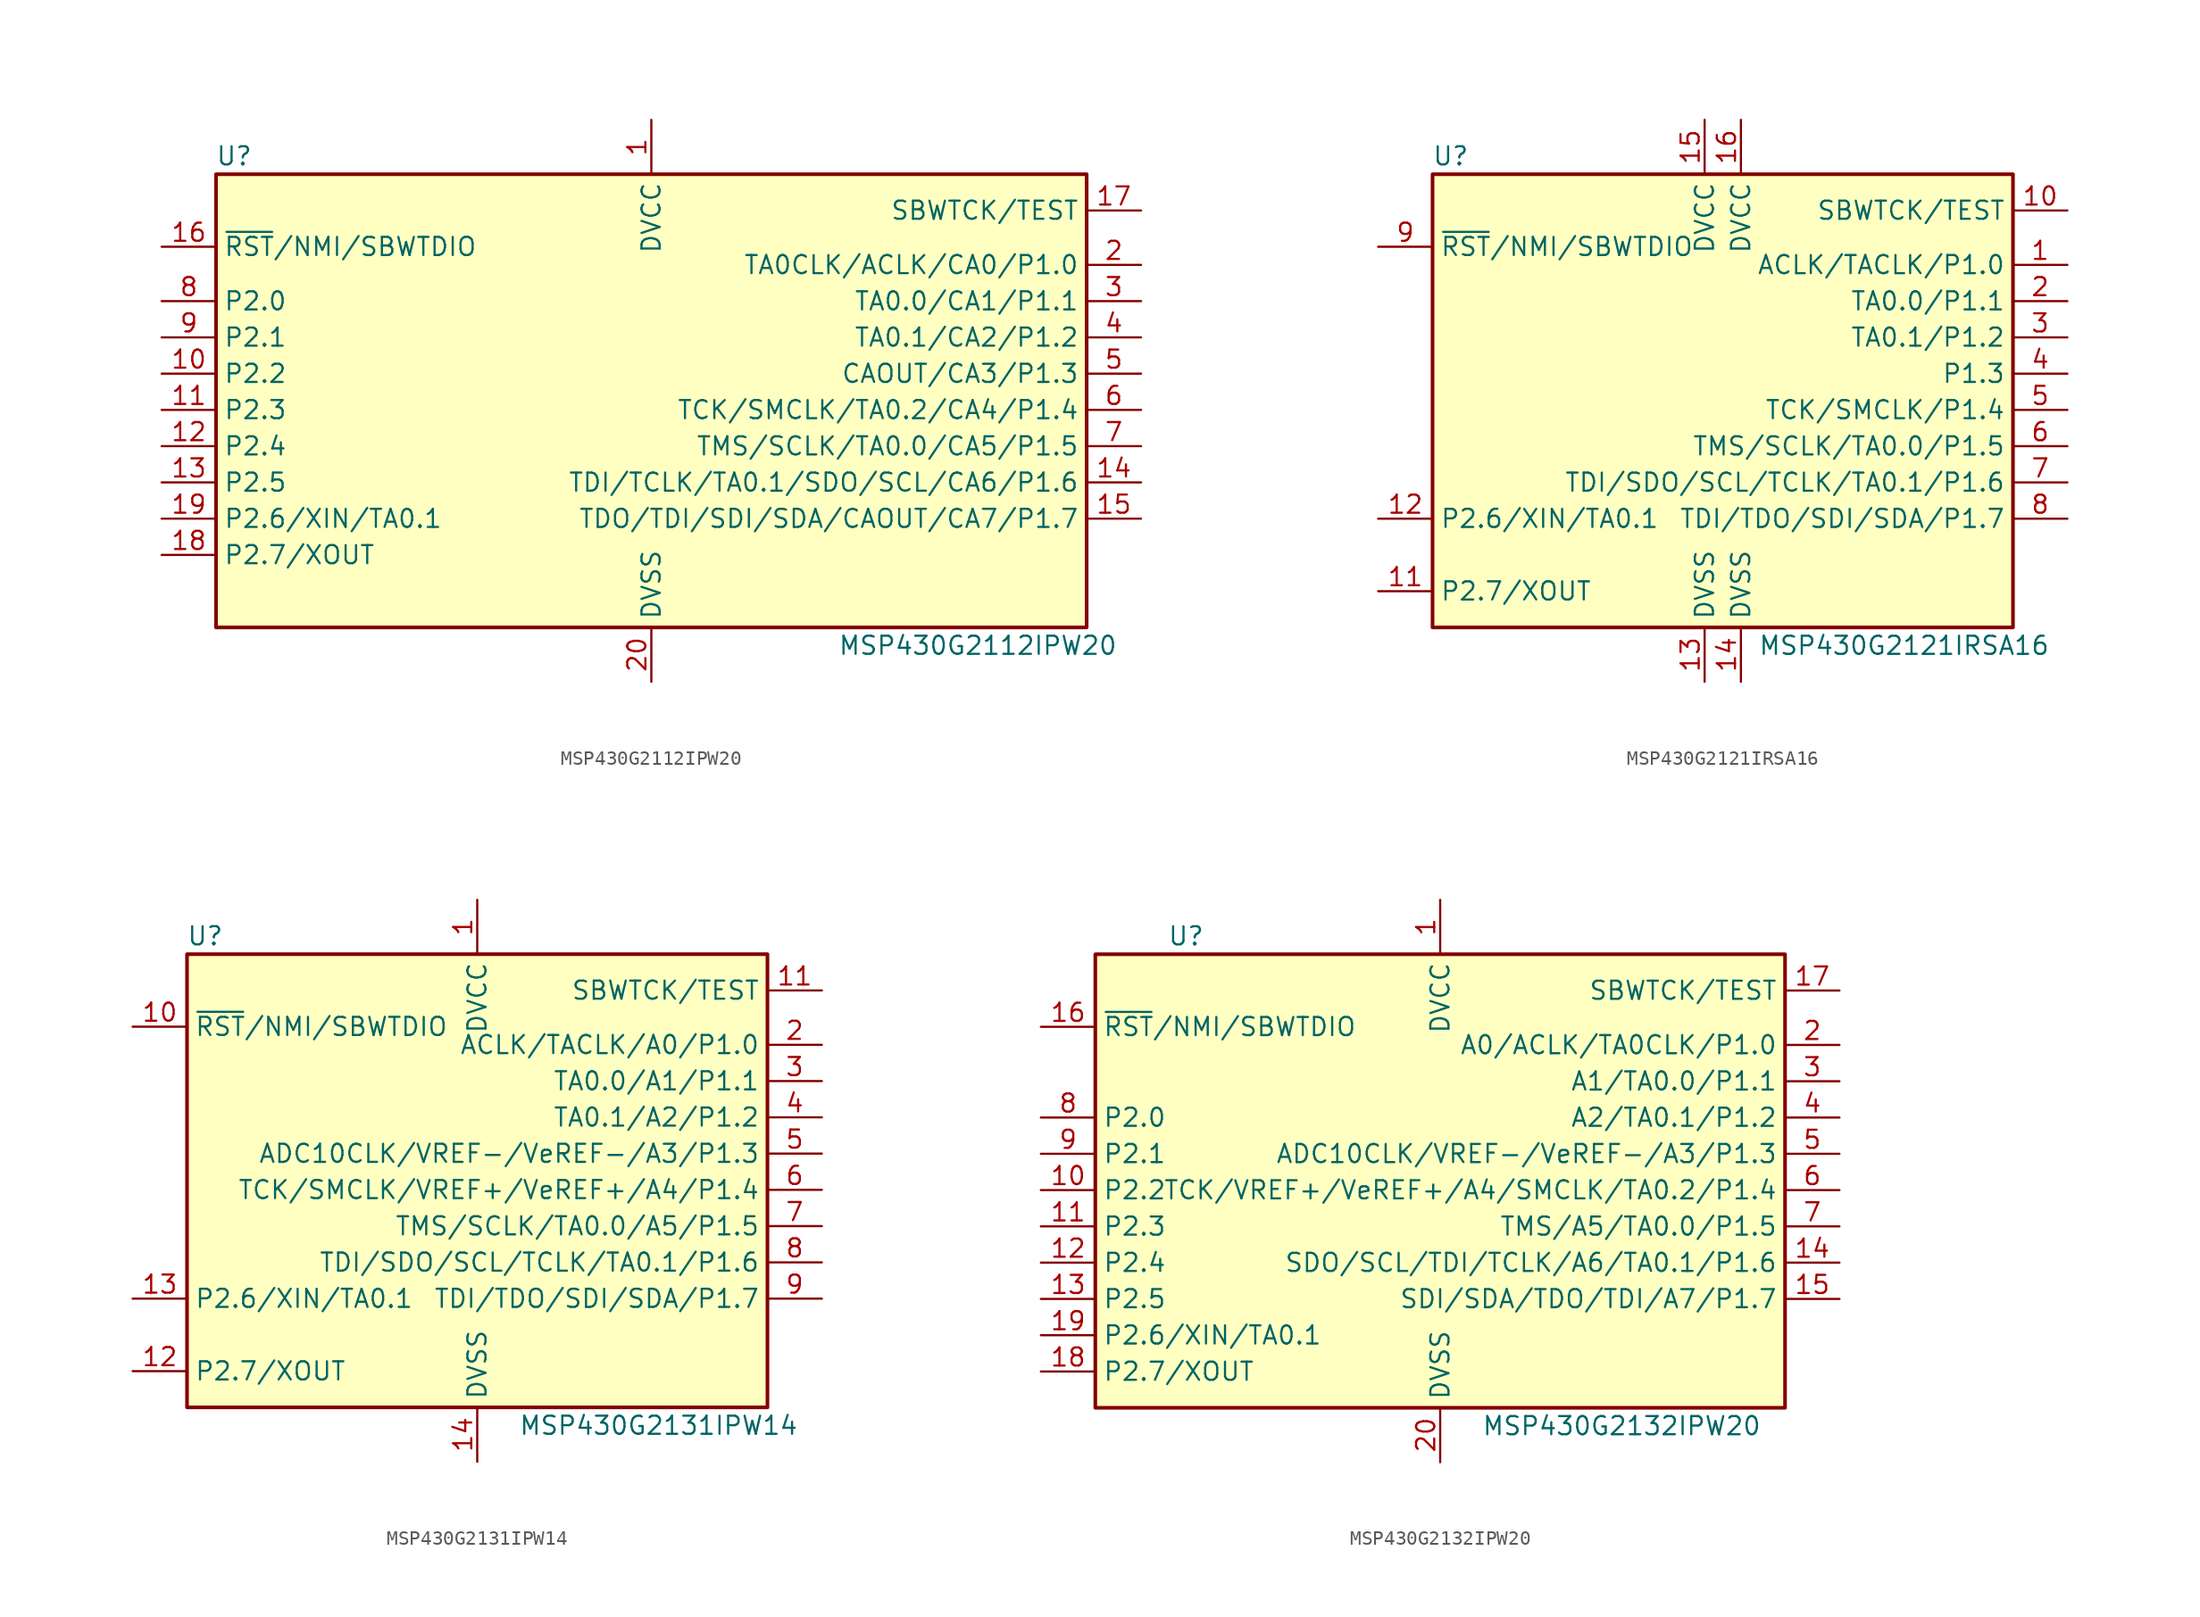
<source format=kicad_sym>
(kicad_symbol_lib
  (version 20201005)
  (generator kicad_symbol_editor)
  (symbol "MSP430G2112IPW20"
    (property "Reference" "U"
      (at -29.21 17.78 0)
      (effects (font (size 1.27 1.27))))
    (property "Value" "MSP430G2112IPW20"
      (at 22.86 -16.51 0)
      (effects (font (size 1.27 1.27))))
    (symbol "MSP430G2112IPW20_0_1"
      (rectangle (start -30.48 16.51) (end 30.48 -15.24) (stroke (width 0.254)) (fill (type background))))
    (symbol "MSP430G2112IPW20_1_1"
      (pin power_in line (at 0 20.32 270) (length 3.81) (name "DVCC" (effects (font (size 1.27 1.27)))) (number "1" (effects (font (size 1.27 1.27)))))
      (pin bidirectional line (at -34.29 2.54 0) (length 3.81) (name "P2.2" (effects (font (size 1.27 1.27)))) (number "10" (effects (font (size 1.27 1.27)))))
      (pin bidirectional line (at -34.29 0 0) (length 3.81) (name "P2.3" (effects (font (size 1.27 1.27)))) (number "11" (effects (font (size 1.27 1.27)))))
      (pin bidirectional line (at -34.29 -2.54 0) (length 3.81) (name "P2.4" (effects (font (size 1.27 1.27)))) (number "12" (effects (font (size 1.27 1.27)))))
      (pin bidirectional line (at -34.29 -5.08 0) (length 3.81) (name "P2.5" (effects (font (size 1.27 1.27)))) (number "13" (effects (font (size 1.27 1.27)))))
      (pin bidirectional line (at 34.29 -5.08 180) (length 3.81) (name "TDI/TCLK/TA0.1/SDO/SCL/CA6/P1.6" (effects (font (size 1.27 1.27)))) (number "14" (effects (font (size 1.27 1.27)))))
      (pin bidirectional line (at 34.29 -7.62 180) (length 3.81) (name "TDO/TDI/SDI/SDA/CAOUT/CA7/P1.7" (effects (font (size 1.27 1.27)))) (number "15" (effects (font (size 1.27 1.27)))))
      (pin input line (at -34.29 11.43 0) (length 3.81) (name "~RST~/NMI/SBWTDIO" (effects (font (size 1.27 1.27)))) (number "16" (effects (font (size 1.27 1.27)))))
      (pin input line (at 34.29 13.97 180) (length 3.81) (name "SBWTCK/TEST" (effects (font (size 1.27 1.27)))) (number "17" (effects (font (size 1.27 1.27)))))
      (pin bidirectional line (at -34.29 -10.16 0) (length 3.81) (name "P2.7/XOUT" (effects (font (size 1.27 1.27)))) (number "18" (effects (font (size 1.27 1.27)))))
      (pin bidirectional line (at -34.29 -7.62 0) (length 3.81) (name "P2.6/XIN/TA0.1" (effects (font (size 1.27 1.27)))) (number "19" (effects (font (size 1.27 1.27)))))
      (pin bidirectional line (at 34.29 10.16 180) (length 3.81) (name "TA0CLK/ACLK/CA0/P1.0" (effects (font (size 1.27 1.27)))) (number "2" (effects (font (size 1.27 1.27)))))
      (pin power_in line (at 0 -19.05 90) (length 3.81) (name "DVSS" (effects (font (size 1.27 1.27)))) (number "20" (effects (font (size 1.27 1.27)))))
      (pin bidirectional line (at 34.29 7.62 180) (length 3.81) (name "TA0.0/CA1/P1.1" (effects (font (size 1.27 1.27)))) (number "3" (effects (font (size 1.27 1.27)))))
      (pin bidirectional line (at 34.29 5.08 180) (length 3.81) (name "TA0.1/CA2/P1.2" (effects (font (size 1.27 1.27)))) (number "4" (effects (font (size 1.27 1.27)))))
      (pin bidirectional line (at 34.29 2.54 180) (length 3.81) (name "CAOUT/CA3/P1.3" (effects (font (size 1.27 1.27)))) (number "5" (effects (font (size 1.27 1.27)))))
      (pin bidirectional line (at 34.29 0 180) (length 3.81) (name "TCK/SMCLK/TA0.2/CA4/P1.4" (effects (font (size 1.27 1.27)))) (number "6" (effects (font (size 1.27 1.27)))))
      (pin bidirectional line (at 34.29 -2.54 180) (length 3.81) (name "TMS/SCLK/TA0.0/CA5/P1.5" (effects (font (size 1.27 1.27)))) (number "7" (effects (font (size 1.27 1.27)))))
      (pin bidirectional line (at -34.29 7.62 0) (length 3.81) (name "P2.0" (effects (font (size 1.27 1.27)))) (number "8" (effects (font (size 1.27 1.27)))))
      (pin bidirectional line (at -34.29 5.08 0) (length 3.81) (name "P2.1" (effects (font (size 1.27 1.27)))) (number "9" (effects (font (size 1.27 1.27)))))))
  (symbol "MSP430G2121IRSA16"
    (property "Reference" "U"
      (at -19.05 17.78 0)
      (effects (font (size 1.27 1.27))))
    (property "Value" "MSP430G2121IRSA16"
      (at 12.7 -16.51 0)
      (effects (font (size 1.27 1.27))))
    (symbol "MSP430G2121IRSA16_0_1"
      (rectangle (start -20.32 16.51) (end 20.32 -15.24) (stroke (width 0.254)) (fill (type background))))
    (symbol "MSP430G2121IRSA16_1_1"
      (pin bidirectional line (at 24.13 10.16 180) (length 3.81) (name "ACLK/TACLK/P1.0" (effects (font (size 1.27 1.27)))) (number "1" (effects (font (size 1.27 1.27)))))
      (pin input line (at 24.13 13.97 180) (length 3.81) (name "SBWTCK/TEST" (effects (font (size 1.27 1.27)))) (number "10" (effects (font (size 1.27 1.27)))))
      (pin bidirectional line (at -24.13 -12.7 0) (length 3.81) (name "P2.7/XOUT" (effects (font (size 1.27 1.27)))) (number "11" (effects (font (size 1.27 1.27)))))
      (pin bidirectional line (at -24.13 -7.62 0) (length 3.81) (name "P2.6/XIN/TA0.1" (effects (font (size 1.27 1.27)))) (number "12" (effects (font (size 1.27 1.27)))))
      (pin power_in line (at -1.27 -19.05 90) (length 3.81) (name "DVSS" (effects (font (size 1.27 1.27)))) (number "13" (effects (font (size 1.27 1.27)))))
      (pin power_in line (at 1.27 -19.05 90) (length 3.81) (name "DVSS" (effects (font (size 1.27 1.27)))) (number "14" (effects (font (size 1.27 1.27)))))
      (pin power_in line (at -1.27 20.32 270) (length 3.81) (name "DVCC" (effects (font (size 1.27 1.27)))) (number "15" (effects (font (size 1.27 1.27)))))
      (pin power_in line (at 1.27 20.32 270) (length 3.81) (name "DVCC" (effects (font (size 1.27 1.27)))) (number "16" (effects (font (size 1.27 1.27)))))
      (pin bidirectional line (at 24.13 7.62 180) (length 3.81) (name "TA0.0/P1.1" (effects (font (size 1.27 1.27)))) (number "2" (effects (font (size 1.27 1.27)))))
      (pin bidirectional line (at 24.13 5.08 180) (length 3.81) (name "TA0.1/P1.2" (effects (font (size 1.27 1.27)))) (number "3" (effects (font (size 1.27 1.27)))))
      (pin bidirectional line (at 24.13 2.54 180) (length 3.81) (name "P1.3" (effects (font (size 1.27 1.27)))) (number "4" (effects (font (size 1.27 1.27)))))
      (pin bidirectional line (at 24.13 0 180) (length 3.81) (name "TCK/SMCLK/P1.4" (effects (font (size 1.27 1.27)))) (number "5" (effects (font (size 1.27 1.27)))))
      (pin bidirectional line (at 24.13 -2.54 180) (length 3.81) (name "TMS/SCLK/TA0.0/P1.5" (effects (font (size 1.27 1.27)))) (number "6" (effects (font (size 1.27 1.27)))))
      (pin bidirectional line (at 24.13 -5.08 180) (length 3.81) (name "TDI/SDO/SCL/TCLK/TA0.1/P1.6" (effects (font (size 1.27 1.27)))) (number "7" (effects (font (size 1.27 1.27)))))
      (pin bidirectional line (at 24.13 -7.62 180) (length 3.81) (name "TDI/TDO/SDI/SDA/P1.7" (effects (font (size 1.27 1.27)))) (number "8" (effects (font (size 1.27 1.27)))))
      (pin input line (at -24.13 11.43 0) (length 3.81) (name "~RST~/NMI/SBWTDIO" (effects (font (size 1.27 1.27)))) (number "9" (effects (font (size 1.27 1.27)))))))
  (symbol "MSP430G2131IPW14"
    (property "Reference" "U"
      (at -19.05 17.78 0)
      (effects (font (size 1.27 1.27))))
    (property "Value" "MSP430G2131IPW14"
      (at 12.7 -16.51 0)
      (effects (font (size 1.27 1.27))))
    (symbol "MSP430G2131IPW14_0_1"
      (rectangle (start -20.32 16.51) (end 20.32 -15.24) (stroke (width 0.254)) (fill (type background))))
    (symbol "MSP430G2131IPW14_1_1"
      (pin power_in line (at 0 20.32 270) (length 3.81) (name "DVCC" (effects (font (size 1.27 1.27)))) (number "1" (effects (font (size 1.27 1.27)))))
      (pin input line (at -24.13 11.43 0) (length 3.81) (name "~RST~/NMI/SBWTDIO" (effects (font (size 1.27 1.27)))) (number "10" (effects (font (size 1.27 1.27)))))
      (pin input line (at 24.13 13.97 180) (length 3.81) (name "SBWTCK/TEST" (effects (font (size 1.27 1.27)))) (number "11" (effects (font (size 1.27 1.27)))))
      (pin bidirectional line (at -24.13 -12.7 0) (length 3.81) (name "P2.7/XOUT" (effects (font (size 1.27 1.27)))) (number "12" (effects (font (size 1.27 1.27)))))
      (pin bidirectional line (at -24.13 -7.62 0) (length 3.81) (name "P2.6/XIN/TA0.1" (effects (font (size 1.27 1.27)))) (number "13" (effects (font (size 1.27 1.27)))))
      (pin power_in line (at 0 -19.05 90) (length 3.81) (name "DVSS" (effects (font (size 1.27 1.27)))) (number "14" (effects (font (size 1.27 1.27)))))
      (pin bidirectional line (at 24.13 10.16 180) (length 3.81) (name "ACLK/TACLK/A0/P1.0" (effects (font (size 1.27 1.27)))) (number "2" (effects (font (size 1.27 1.27)))))
      (pin bidirectional line (at 24.13 7.62 180) (length 3.81) (name "TA0.0/A1/P1.1" (effects (font (size 1.27 1.27)))) (number "3" (effects (font (size 1.27 1.27)))))
      (pin bidirectional line (at 24.13 5.08 180) (length 3.81) (name "TA0.1/A2/P1.2" (effects (font (size 1.27 1.27)))) (number "4" (effects (font (size 1.27 1.27)))))
      (pin bidirectional line (at 24.13 2.54 180) (length 3.81) (name "ADC10CLK/VREF-/VeREF-/A3/P1.3" (effects (font (size 1.27 1.27)))) (number "5" (effects (font (size 1.27 1.27)))))
      (pin bidirectional line (at 24.13 0 180) (length 3.81) (name "TCK/SMCLK/VREF+/VeREF+/A4/P1.4" (effects (font (size 1.27 1.27)))) (number "6" (effects (font (size 1.27 1.27)))))
      (pin bidirectional line (at 24.13 -2.54 180) (length 3.81) (name "TMS/SCLK/TA0.0/A5/P1.5" (effects (font (size 1.27 1.27)))) (number "7" (effects (font (size 1.27 1.27)))))
      (pin bidirectional line (at 24.13 -5.08 180) (length 3.81) (name "TDI/SDO/SCL/TCLK/TA0.1/P1.6" (effects (font (size 1.27 1.27)))) (number "8" (effects (font (size 1.27 1.27)))))
      (pin bidirectional line (at 24.13 -7.62 180) (length 3.81) (name "TDI/TDO/SDI/SDA/P1.7" (effects (font (size 1.27 1.27)))) (number "9" (effects (font (size 1.27 1.27)))))))
  (symbol "MSP430G2132IPW20"
    (property "Reference" "U"
      (at -17.78 17.78 0)
      (effects (font (size 1.27 1.27))))
    (property "Value" "MSP430G2132IPW20"
      (at 12.7 -16.51 0)
      (effects (font (size 1.27 1.27))))
    (symbol "MSP430G2132IPW20_0_1"
      (rectangle (start -24.13 16.51) (end 24.13 -15.24) (stroke (width 0.254)) (fill (type background))))
    (symbol "MSP430G2132IPW20_1_1"
      (pin power_in line (at 0 20.32 270) (length 3.81) (name "DVCC" (effects (font (size 1.27 1.27)))) (number "1" (effects (font (size 1.27 1.27)))))
      (pin bidirectional line (at -27.94 0 0) (length 3.81) (name "P2.2" (effects (font (size 1.27 1.27)))) (number "10" (effects (font (size 1.27 1.27)))))
      (pin bidirectional line (at -27.94 -2.54 0) (length 3.81) (name "P2.3" (effects (font (size 1.27 1.27)))) (number "11" (effects (font (size 1.27 1.27)))))
      (pin bidirectional line (at -27.94 -5.08 0) (length 3.81) (name "P2.4" (effects (font (size 1.27 1.27)))) (number "12" (effects (font (size 1.27 1.27)))))
      (pin bidirectional line (at -27.94 -7.62 0) (length 3.81) (name "P2.5" (effects (font (size 1.27 1.27)))) (number "13" (effects (font (size 1.27 1.27)))))
      (pin bidirectional line (at 27.94 -5.08 180) (length 3.81) (name "SDO/SCL/TDI/TCLK/A6/TA0.1/P1.6" (effects (font (size 1.27 1.27)))) (number "14" (effects (font (size 1.27 1.27)))))
      (pin bidirectional line (at 27.94 -7.62 180) (length 3.81) (name "SDI/SDA/TDO/TDI/A7/P1.7" (effects (font (size 1.27 1.27)))) (number "15" (effects (font (size 1.27 1.27)))))
      (pin input line (at -27.94 11.43 0) (length 3.81) (name "~RST~/NMI/SBWTDIO" (effects (font (size 1.27 1.27)))) (number "16" (effects (font (size 1.27 1.27)))))
      (pin input line (at 27.94 13.97 180) (length 3.81) (name "SBWTCK/TEST" (effects (font (size 1.27 1.27)))) (number "17" (effects (font (size 1.27 1.27)))))
      (pin bidirectional line (at -27.94 -12.7 0) (length 3.81) (name "P2.7/XOUT" (effects (font (size 1.27 1.27)))) (number "18" (effects (font (size 1.27 1.27)))))
      (pin bidirectional line (at -27.94 -10.16 0) (length 3.81) (name "P2.6/XIN/TA0.1" (effects (font (size 1.27 1.27)))) (number "19" (effects (font (size 1.27 1.27)))))
      (pin bidirectional line (at 27.94 10.16 180) (length 3.81) (name "A0/ACLK/TA0CLK/P1.0" (effects (font (size 1.27 1.27)))) (number "2" (effects (font (size 1.27 1.27)))))
      (pin power_in line (at 0 -19.05 90) (length 3.81) (name "DVSS" (effects (font (size 1.27 1.27)))) (number "20" (effects (font (size 1.27 1.27)))))
      (pin bidirectional line (at 27.94 7.62 180) (length 3.81) (name "A1/TA0.0/P1.1" (effects (font (size 1.27 1.27)))) (number "3" (effects (font (size 1.27 1.27)))))
      (pin bidirectional line (at 27.94 5.08 180) (length 3.81) (name "A2/TA0.1/P1.2" (effects (font (size 1.27 1.27)))) (number "4" (effects (font (size 1.27 1.27)))))
      (pin bidirectional line (at 27.94 2.54 180) (length 3.81) (name "ADC10CLK/VREF-/VeREF-/A3/P1.3" (effects (font (size 1.27 1.27)))) (number "5" (effects (font (size 1.27 1.27)))))
      (pin bidirectional line (at 27.94 0 180) (length 3.81) (name "TCK/VREF+/VeREF+/A4/SMCLK/TA0.2/P1.4" (effects (font (size 1.27 1.27)))) (number "6" (effects (font (size 1.27 1.27)))))
      (pin bidirectional line (at 27.94 -2.54 180) (length 3.81) (name "TMS/A5/TA0.0/P1.5" (effects (font (size 1.27 1.27)))) (number "7" (effects (font (size 1.27 1.27)))))
      (pin bidirectional line (at -27.94 5.08 0) (length 3.81) (name "P2.0" (effects (font (size 1.27 1.27)))) (number "8" (effects (font (size 1.27 1.27)))))
      (pin bidirectional line (at -27.94 2.54 0) (length 3.81) (name "P2.1" (effects (font (size 1.27 1.27)))) (number "9" (effects (font (size 1.27 1.27))))))))
</source>
